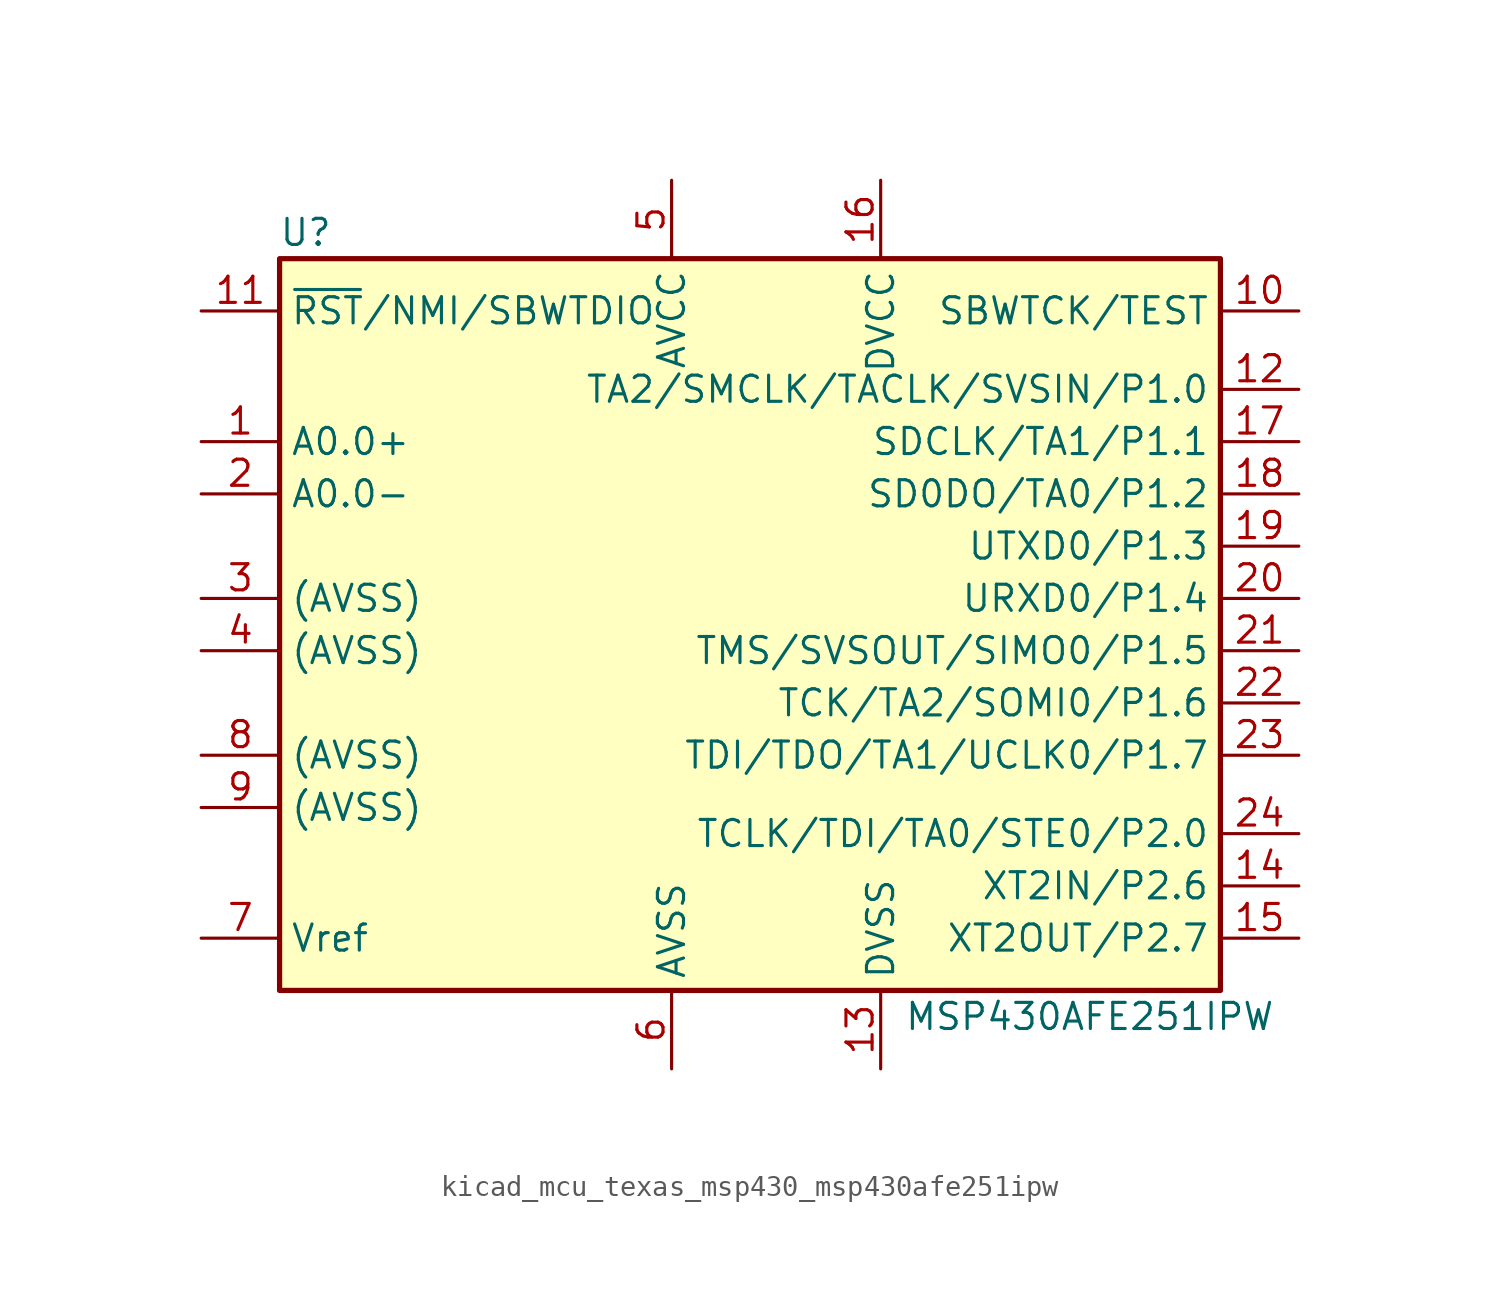
<source format=kicad_sym>
(kicad_symbol_lib
  (version 20220914)
  (generator kicad_symbol_editor)
  (symbol "kicad_mcu_texas_msp430_msp430afe251ipw"
    (property "Reference" "U"
      (at -22.86 19.05 0)
      (effects (font (size 1.27 1.27))))
    (property "Value" "MSP430AFE251IPW"
      (at 15.24 -19.05 0)
      (effects (font (size 1.27 1.27))))
    (symbol "kicad_mcu_texas_msp430_msp430afe251ipw_0_1"
      (rectangle (start -24.13 17.78) (end 21.59 -17.78) (stroke (width 0.254) (type default)) (fill (type background))))
    (symbol "kicad_mcu_texas_msp430_msp430afe251ipw_1_1"
      (pin passive line (at -27.94 8.89 0) (length 3.81) (name "A0.0+" (effects (font (size 1.27 1.27)))) (number "1" (effects (font (size 1.27 1.27)))))
      (pin input line (at 25.4 15.24 180) (length 3.81) (name "SBWTCK/TEST" (effects (font (size 1.27 1.27)))) (number "10" (effects (font (size 1.27 1.27)))))
      (pin input line (at -27.94 15.24 0) (length 3.81) (name "~{RST}/NMI/SBWTDIO" (effects (font (size 1.27 1.27)))) (number "11" (effects (font (size 1.27 1.27)))))
      (pin bidirectional line (at 25.4 11.43 180) (length 3.81) (name "TA2/SMCLK/TACLK/SVSIN/P1.0" (effects (font (size 1.27 1.27)))) (number "12" (effects (font (size 1.27 1.27)))))
      (pin power_in line (at 5.08 -21.59 90) (length 3.81) (name "DVSS" (effects (font (size 1.27 1.27)))) (number "13" (effects (font (size 1.27 1.27)))))
      (pin bidirectional line (at 25.4 -12.7 180) (length 3.81) (name "XT2IN/P2.6" (effects (font (size 1.27 1.27)))) (number "14" (effects (font (size 1.27 1.27)))))
      (pin bidirectional line (at 25.4 -15.24 180) (length 3.81) (name "XT2OUT/P2.7" (effects (font (size 1.27 1.27)))) (number "15" (effects (font (size 1.27 1.27)))))
      (pin power_in line (at 5.08 21.59 270) (length 3.81) (name "DVCC" (effects (font (size 1.27 1.27)))) (number "16" (effects (font (size 1.27 1.27)))))
      (pin bidirectional line (at 25.4 8.89 180) (length 3.81) (name "SDCLK/TA1/P1.1" (effects (font (size 1.27 1.27)))) (number "17" (effects (font (size 1.27 1.27)))))
      (pin bidirectional line (at 25.4 6.35 180) (length 3.81) (name "SD0DO/TA0/P1.2" (effects (font (size 1.27 1.27)))) (number "18" (effects (font (size 1.27 1.27)))))
      (pin bidirectional line (at 25.4 3.81 180) (length 3.81) (name "UTXD0/P1.3" (effects (font (size 1.27 1.27)))) (number "19" (effects (font (size 1.27 1.27)))))
      (pin passive line (at -27.94 6.35 0) (length 3.81) (name "A0.0-" (effects (font (size 1.27 1.27)))) (number "2" (effects (font (size 1.27 1.27)))))
      (pin bidirectional line (at 25.4 1.27 180) (length 3.81) (name "URXD0/P1.4" (effects (font (size 1.27 1.27)))) (number "20" (effects (font (size 1.27 1.27)))))
      (pin bidirectional line (at 25.4 -1.27 180) (length 3.81) (name "TMS/SVSOUT/SIMO0/P1.5" (effects (font (size 1.27 1.27)))) (number "21" (effects (font (size 1.27 1.27)))))
      (pin bidirectional line (at 25.4 -3.81 180) (length 3.81) (name "TCK/TA2/SOMI0/P1.6" (effects (font (size 1.27 1.27)))) (number "22" (effects (font (size 1.27 1.27)))))
      (pin bidirectional line (at 25.4 -6.35 180) (length 3.81) (name "TDI/TDO/TA1/UCLK0/P1.7" (effects (font (size 1.27 1.27)))) (number "23" (effects (font (size 1.27 1.27)))))
      (pin bidirectional line (at 25.4 -10.16 180) (length 3.81) (name "TCLK/TDI/TA0/STE0/P2.0" (effects (font (size 1.27 1.27)))) (number "24" (effects (font (size 1.27 1.27)))))
      (pin passive line (at -27.94 1.27 0) (length 3.81) (name "(AVSS)" (effects (font (size 1.27 1.27)))) (number "3" (effects (font (size 1.27 1.27)))))
      (pin passive line (at -27.94 -1.27 0) (length 3.81) (name "(AVSS)" (effects (font (size 1.27 1.27)))) (number "4" (effects (font (size 1.27 1.27)))))
      (pin power_in line (at -5.08 21.59 270) (length 3.81) (name "AVCC" (effects (font (size 1.27 1.27)))) (number "5" (effects (font (size 1.27 1.27)))))
      (pin power_in line (at -5.08 -21.59 90) (length 3.81) (name "AVSS" (effects (font (size 1.27 1.27)))) (number "6" (effects (font (size 1.27 1.27)))))
      (pin passive line (at -27.94 -15.24 0) (length 3.81) (name "Vref" (effects (font (size 1.27 1.27)))) (number "7" (effects (font (size 1.27 1.27)))))
      (pin passive line (at -27.94 -6.35 0) (length 3.81) (name "(AVSS)" (effects (font (size 1.27 1.27)))) (number "8" (effects (font (size 1.27 1.27)))))
      (pin passive line (at -27.94 -8.89 0) (length 3.81) (name "(AVSS)" (effects (font (size 1.27 1.27)))) (number "9" (effects (font (size 1.27 1.27))))))))
</source>
